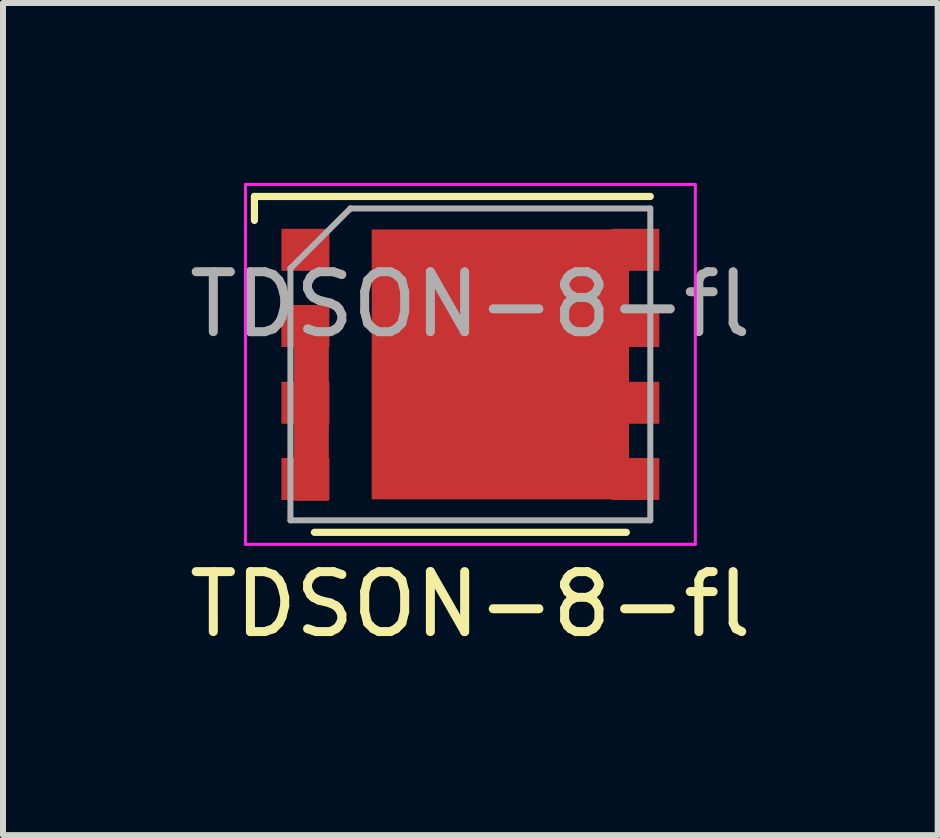
<source format=kicad_pcb>
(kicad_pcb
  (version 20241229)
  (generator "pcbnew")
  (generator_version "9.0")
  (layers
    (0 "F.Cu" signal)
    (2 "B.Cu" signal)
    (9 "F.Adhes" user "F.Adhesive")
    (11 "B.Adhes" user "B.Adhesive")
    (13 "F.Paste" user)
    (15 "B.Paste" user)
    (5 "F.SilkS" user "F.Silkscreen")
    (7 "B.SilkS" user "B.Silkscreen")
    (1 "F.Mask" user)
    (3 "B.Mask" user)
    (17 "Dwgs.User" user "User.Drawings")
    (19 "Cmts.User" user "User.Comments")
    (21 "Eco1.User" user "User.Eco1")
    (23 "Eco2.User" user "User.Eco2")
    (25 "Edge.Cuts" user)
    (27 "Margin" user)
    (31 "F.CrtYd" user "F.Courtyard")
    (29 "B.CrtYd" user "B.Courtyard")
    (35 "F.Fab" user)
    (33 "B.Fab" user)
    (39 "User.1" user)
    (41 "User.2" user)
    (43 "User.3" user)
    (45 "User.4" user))
  (footprint "TDSON-8-fl"
    (layer "F.Cu")
    (at 4.792 3.025)
    (property "Reference" "TDSON-8-fl" (at 0 4 0) (layer "F.SilkS") (effects (font (size 1 1) (thickness 0.15))))
    (attr smd)
    (fp_line (start -3.6 -2.8) (end -3.6 -2.4) (stroke (width 0.12) (type solid)) (layer "F.SilkS"))
    (fp_line (start 2.6 2.8) (end -2.6 2.8) (stroke (width 0.12) (type solid)) (layer "F.SilkS"))
    (fp_line (start 3 -2.8) (end -3.6 -2.8) (stroke (width 0.12) (type solid)) (layer "F.SilkS"))
    (fp_line (start -3.75 -3) (end -3.75 3) (stroke (width 0.05) (type solid)) (layer "F.CrtYd"))
    (fp_line (start -3.75 3) (end 3.75 3) (stroke (width 0.05) (type solid)) (layer "F.CrtYd"))
    (fp_line (start 3.75 -3) (end -3.75 -3) (stroke (width 0.05) (type solid)) (layer "F.CrtYd"))
    (fp_line (start 3.75 3) (end 3.75 -3) (stroke (width 0.05) (type solid)) (layer "F.CrtYd"))
    (fp_line (start -3 2.6) (end -3 -1.6) (stroke (width 0.1) (type solid)) (layer "F.Fab"))
    (fp_line (start -2 -2.6) (end -3 -1.6) (stroke (width 0.1) (type solid)) (layer "F.Fab"))
    (fp_line (start -2 -2.6) (end 3 -2.6) (stroke (width 0.1) (type solid)) (layer "F.Fab"))
    (fp_line (start 3 -2.6) (end 3 2.6) (stroke (width 0.1) (type solid)) (layer "F.Fab"))
    (fp_line (start 3 2.6) (end -3 2.6) (stroke (width 0.1) (type solid)) (layer "F.Fab"))
    (fp_text user "${REFERENCE}" (at 0 -1 0) (layer "F.Fab") (effects (font (size 1 1) (thickness 0.15))))
    (pad "" smd rect (at -0.75 -1.09 270) (size 1.55 1.2) (layers "F.Paste"))
    (pad "" smd rect (at -0.75 1.09 270) (size 1.55 1.2) (layers "F.Paste"))
    (pad "" smd rect (at 1.25 -1.09 270) (size 1.55 1.6) (layers "F.Paste"))
    (pad "" smd rect (at 1.25 1.09 270) (size 1.55 1.6) (layers "F.Paste"))
    (pad "1" smd rect (at -2.75 -1.91 270) (size 0.7 0.8) (layers "F.Cu" "F.Mask" "F.Paste"))
    (pad "2" smd rect (at -2.75 -0.64 270) (size 0.7 0.8) (layers "F.Cu" "F.Mask" "F.Paste"))
    (pad "2" smd rect (at -2.75 0.64 270) (size 0.7 0.8) (layers "F.Cu" "F.Mask" "F.Paste"))
    (pad "2" smd rect (at -2.75 1.91 270) (size 0.7 0.8) (layers "F.Cu" "F.Mask" "F.Paste"))
    (pad "2" smd rect (at -2.65 0.65) (size 0.58 3.25) (layers "F.Cu" "F.Mask" "F.Paste"))
    (pad "3" smd rect (at 0.5 0 270) (size 4.5 4.29) (layers "F.Cu" "F.Mask"))
    (pad "3" smd rect (at 2.75 -1.91 270) (size 0.7 0.8) (layers "F.Cu" "F.Mask" "F.Paste"))
    (pad "3" smd rect (at 2.75 -0.64 270) (size 0.7 0.8) (layers "F.Cu" "F.Mask" "F.Paste"))
    (pad "3" smd rect (at 2.75 0.64 270) (size 0.7 0.8) (layers "F.Cu" "F.Mask" "F.Paste"))
    (pad "3" smd rect (at 2.75 1.91 270) (size 0.7 0.8) (layers "F.Cu" "F.Mask" "F.Paste")))
  (gr_rect
    (start -3 -3)
    (end 12.583 10.873)
    (stroke (width 0.1) (type default))
    (fill no)
    (layer "Edge.Cuts")))
</source>
